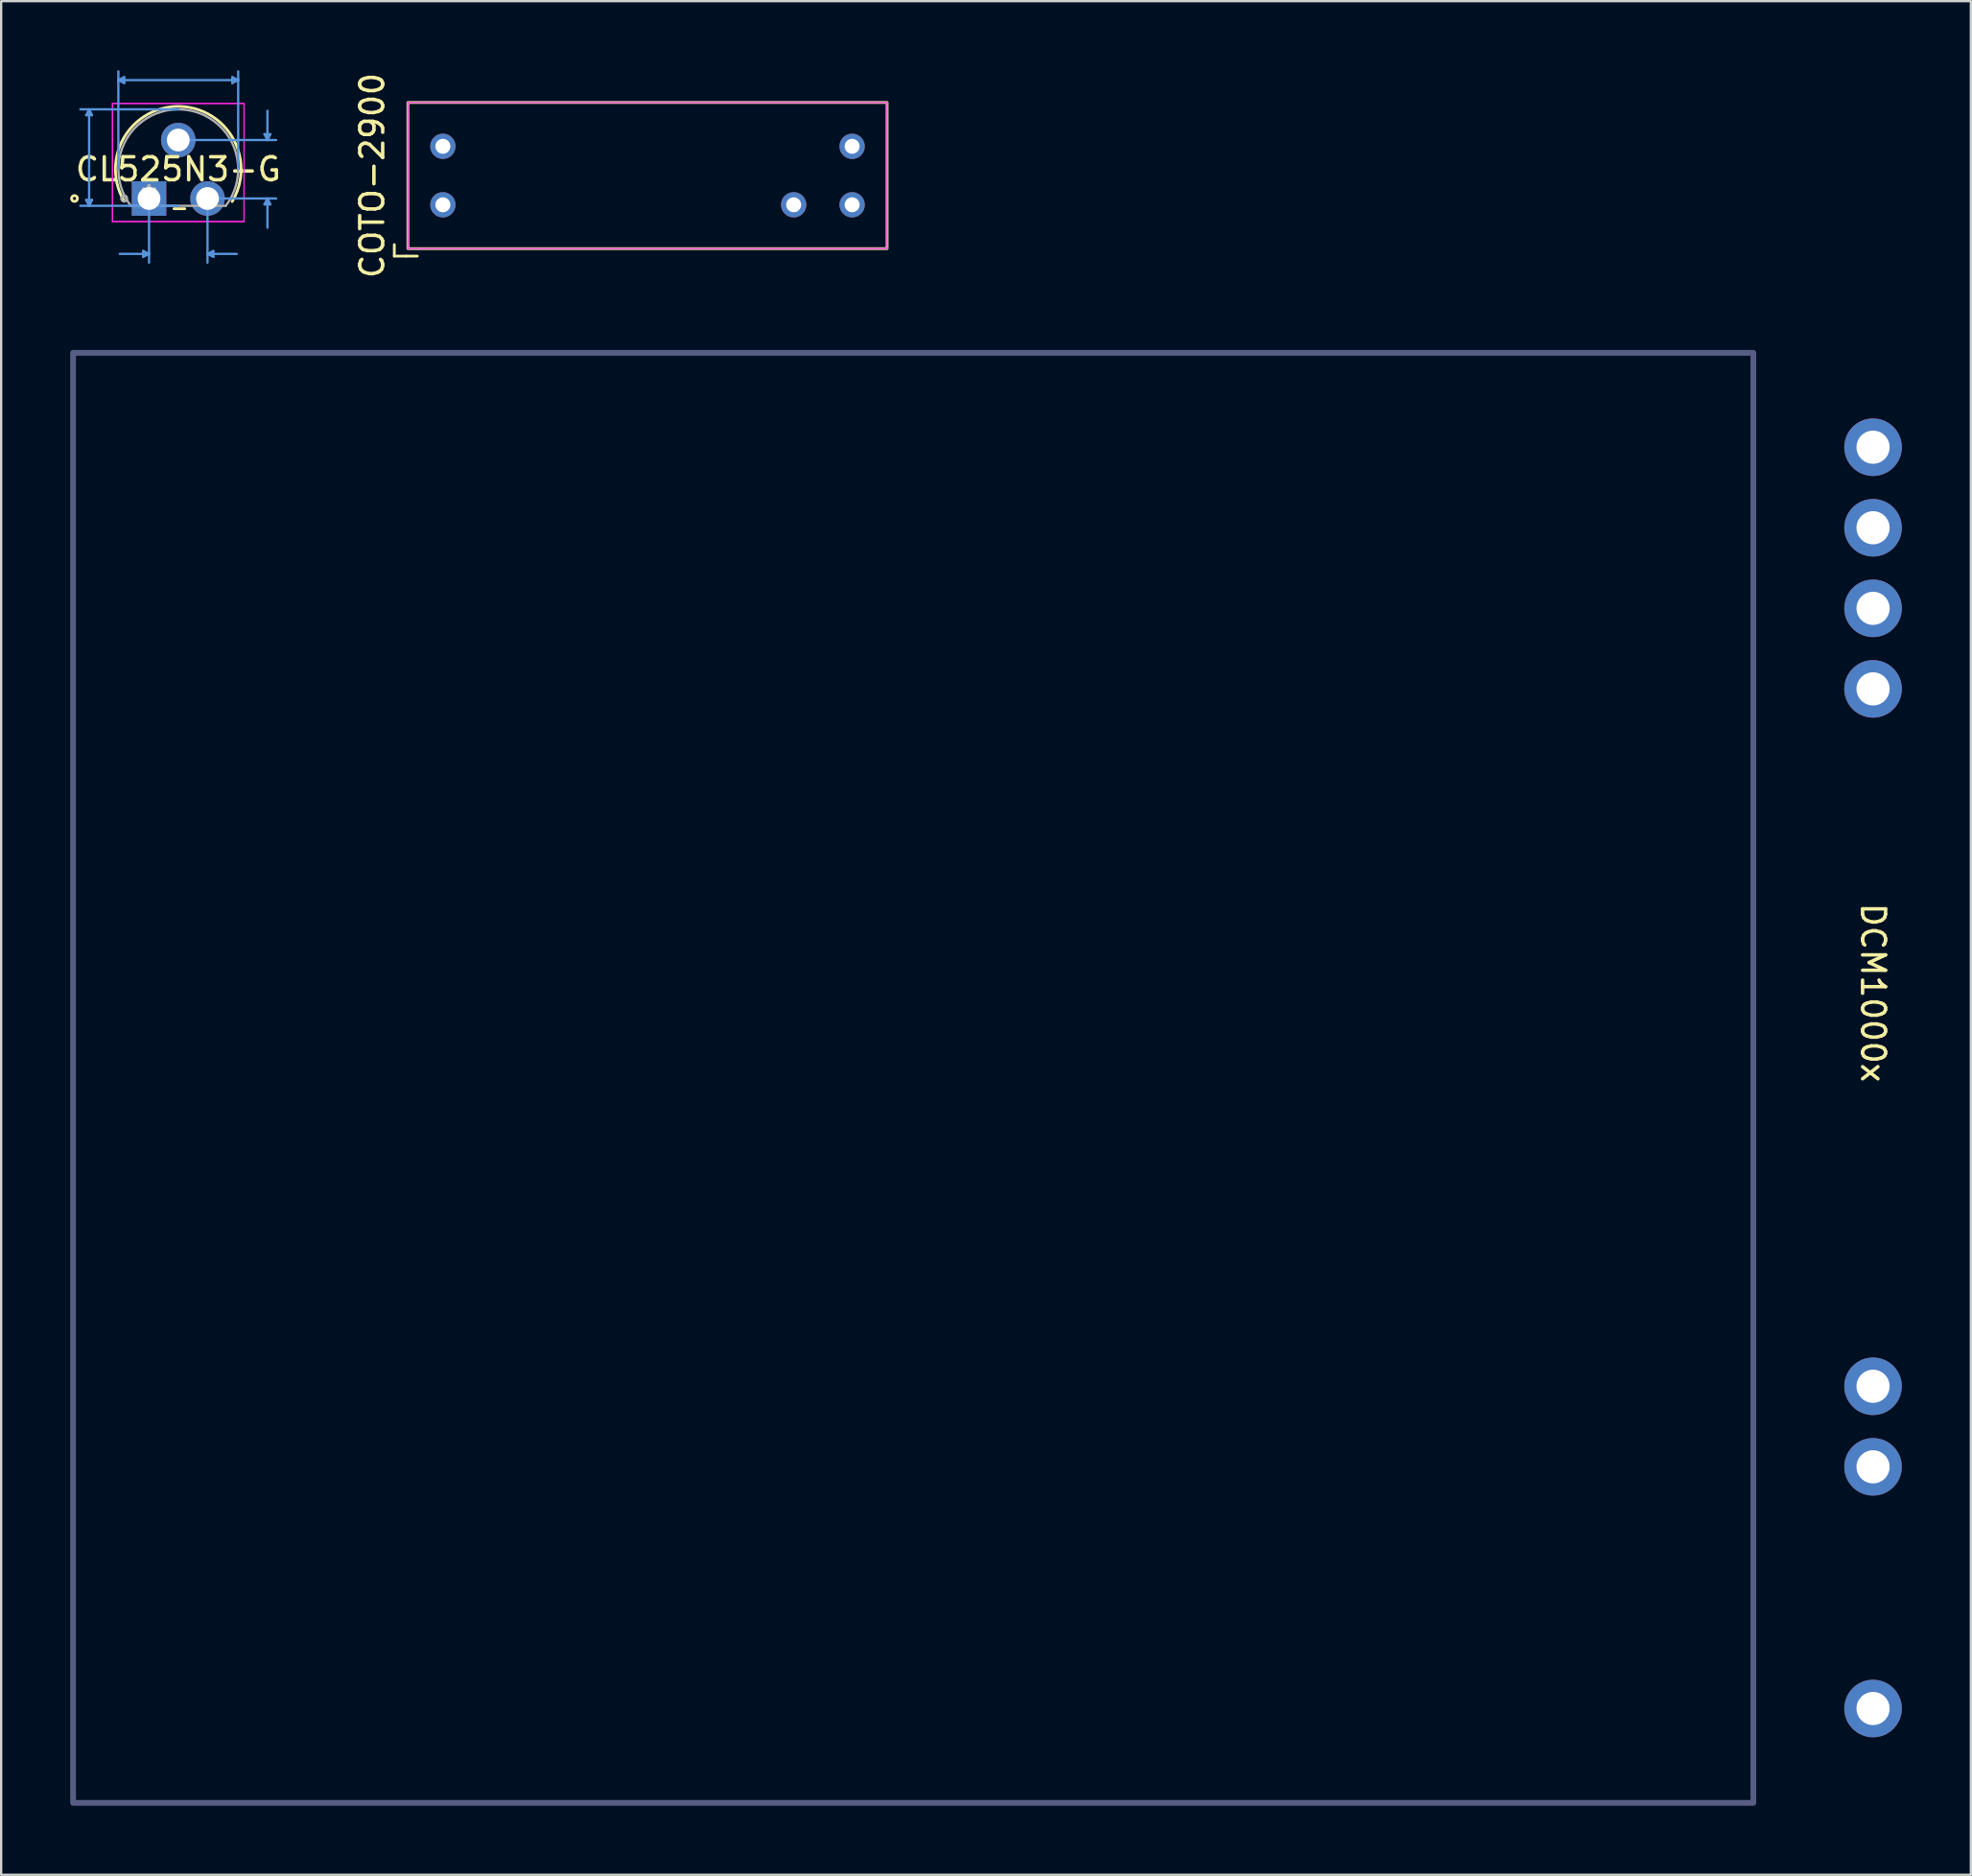
<source format=kicad_pcb>
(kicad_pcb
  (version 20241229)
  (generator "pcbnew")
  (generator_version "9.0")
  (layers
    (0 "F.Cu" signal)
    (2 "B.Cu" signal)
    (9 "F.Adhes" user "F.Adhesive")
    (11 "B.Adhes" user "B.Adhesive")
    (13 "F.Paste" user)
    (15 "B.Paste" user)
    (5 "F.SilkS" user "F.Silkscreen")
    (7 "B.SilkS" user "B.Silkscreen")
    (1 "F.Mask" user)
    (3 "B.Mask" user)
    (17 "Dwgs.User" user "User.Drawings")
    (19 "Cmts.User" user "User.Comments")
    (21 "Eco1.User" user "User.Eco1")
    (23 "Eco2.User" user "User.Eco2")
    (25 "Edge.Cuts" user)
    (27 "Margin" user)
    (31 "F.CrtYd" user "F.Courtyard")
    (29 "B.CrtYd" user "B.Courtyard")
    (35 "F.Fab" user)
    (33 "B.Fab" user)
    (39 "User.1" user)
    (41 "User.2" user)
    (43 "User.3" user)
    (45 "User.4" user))
  (footprint "CL525N3-G"
    (layer "F.Cu")
    (at 3.425 5.574)
    (property "Reference" "CL525N3-G" (at 1.27 -1.27 0) (layer "F.SilkS") (effects (font (size 1 1) (thickness 0.15))))
    (attr through_hole)
    (fp_line (start 1.082 0.445) (end 1.553 0.445) (stroke (width 0.12) (type solid)) (layer "F.SilkS"))
    (fp_arc (start -1.08204 0.116917) (mid 0.551187 -3.904186) (end 4.0005 -1.27) (stroke (width 0.12) (type solid)) (layer "F.SilkS"))
    (fp_arc (start 4.0005 -1.269999) (mid 3.90215 -0.543764) (end 3.614184 0.130154) (stroke (width 0.12) (type solid)) (layer "F.SilkS"))
    (fp_circle (center -3.239 0) (end -3.111 0) (stroke (width 0.12) (type solid)) (fill no) (layer "F.SilkS"))
    (fp_line (start -2.731 -3.619) (end -2.477 -3.619) (stroke (width 0.1) (type solid)) (layer "Cmts.User"))
    (fp_line (start -2.731 0.064) (end -2.477 0.064) (stroke (width 0.1) (type solid)) (layer "Cmts.User"))
    (fp_line (start -2.603 -3.873) (end -2.731 -3.619) (stroke (width 0.1) (type solid)) (layer "Cmts.User"))
    (fp_line (start -2.603 -3.873) (end -2.603 0.318) (stroke (width 0.1) (type solid)) (layer "Cmts.User"))
    (fp_line (start -2.603 -3.873) (end -2.477 -3.619) (stroke (width 0.1) (type solid)) (layer "Cmts.User"))
    (fp_line (start -2.603 0.318) (end -2.731 0.064) (stroke (width 0.1) (type solid)) (layer "Cmts.User"))
    (fp_line (start -2.603 0.318) (end -2.477 0.064) (stroke (width 0.1) (type solid)) (layer "Cmts.User"))
    (fp_line (start -1.333 -5.144) (end -1.079 -5.271) (stroke (width 0.1) (type solid)) (layer "Cmts.User"))
    (fp_line (start -1.333 -5.144) (end -1.079 -5.016) (stroke (width 0.1) (type solid)) (layer "Cmts.User"))
    (fp_line (start -1.333 -5.144) (end 3.873 -5.144) (stroke (width 0.1) (type solid)) (layer "Cmts.User"))
    (fp_line (start -1.333 -1.27) (end -1.333 -5.524) (stroke (width 0.1) (type solid)) (layer "Cmts.User"))
    (fp_line (start -1.079 -5.271) (end -1.079 -5.016) (stroke (width 0.1) (type solid)) (layer "Cmts.User"))
    (fp_line (start -0.254 2.28) (end -0.254 2.534) (stroke (width 0.1) (type solid)) (layer "Cmts.User"))
    (fp_line (start 0 0) (end 0 2.788) (stroke (width 0.1) (type solid)) (layer "Cmts.User"))
    (fp_line (start 0 2.407) (end -1.27 2.407) (stroke (width 0.1) (type solid)) (layer "Cmts.User"))
    (fp_line (start 0 2.407) (end -0.254 2.28) (stroke (width 0.1) (type solid)) (layer "Cmts.User"))
    (fp_line (start 0 2.407) (end -0.254 2.534) (stroke (width 0.1) (type solid)) (layer "Cmts.User"))
    (fp_line (start 1.27 -3.873) (end -2.985 -3.873) (stroke (width 0.1) (type solid)) (layer "Cmts.User"))
    (fp_line (start 1.27 0.318) (end -2.985 0.318) (stroke (width 0.1) (type solid)) (layer "Cmts.User"))
    (fp_line (start 1.524 -2.54) (end 5.524 -2.54) (stroke (width 0.1) (type solid)) (layer "Cmts.User"))
    (fp_line (start 2.54 0) (end 2.54 2.788) (stroke (width 0.1) (type solid)) (layer "Cmts.User"))
    (fp_line (start 2.54 0) (end 5.524 0) (stroke (width 0.1) (type solid)) (layer "Cmts.User"))
    (fp_line (start 2.54 2.407) (end 2.794 2.28) (stroke (width 0.1) (type solid)) (layer "Cmts.User"))
    (fp_line (start 2.54 2.407) (end 2.794 2.534) (stroke (width 0.1) (type solid)) (layer "Cmts.User"))
    (fp_line (start 2.54 2.407) (end 3.81 2.407) (stroke (width 0.1) (type solid)) (layer "Cmts.User"))
    (fp_line (start 2.794 2.28) (end 2.794 2.534) (stroke (width 0.1) (type solid)) (layer "Cmts.User"))
    (fp_line (start 3.619 -5.271) (end 3.619 -5.016) (stroke (width 0.1) (type solid)) (layer "Cmts.User"))
    (fp_line (start 3.873 -5.144) (end 3.619 -5.271) (stroke (width 0.1) (type solid)) (layer "Cmts.User"))
    (fp_line (start 3.873 -5.144) (end 3.619 -5.016) (stroke (width 0.1) (type solid)) (layer "Cmts.User"))
    (fp_line (start 3.873 -1.27) (end 3.873 -5.524) (stroke (width 0.1) (type solid)) (layer "Cmts.User"))
    (fp_line (start 5.016 -2.794) (end 5.271 -2.794) (stroke (width 0.1) (type solid)) (layer "Cmts.User"))
    (fp_line (start 5.016 0.254) (end 5.271 0.254) (stroke (width 0.1) (type solid)) (layer "Cmts.User"))
    (fp_line (start 5.144 -2.54) (end 5.016 -2.794) (stroke (width 0.1) (type solid)) (layer "Cmts.User"))
    (fp_line (start 5.144 -2.54) (end 5.144 -3.81) (stroke (width 0.1) (type solid)) (layer "Cmts.User"))
    (fp_line (start 5.144 -2.54) (end 5.271 -2.794) (stroke (width 0.1) (type solid)) (layer "Cmts.User"))
    (fp_line (start 5.144 0) (end 5.016 0.254) (stroke (width 0.1) (type solid)) (layer "Cmts.User"))
    (fp_line (start 5.144 0) (end 5.144 1.27) (stroke (width 0.1) (type solid)) (layer "Cmts.User"))
    (fp_line (start 5.144 0) (end 5.271 0.254) (stroke (width 0.1) (type solid)) (layer "Cmts.User"))
    (fp_line (start -1.587 -4.128) (end 4.128 -4.128) (stroke (width 0.05) (type solid)) (layer "F.CrtYd"))
    (fp_line (start -1.587 -4.128) (end 4.128 -4.128) (stroke (width 0.05) (type solid)) (layer "F.CrtYd"))
    (fp_line (start -1.587 1.003) (end -1.587 -4.128) (stroke (width 0.05) (type solid)) (layer "F.CrtYd"))
    (fp_line (start -1.587 1.003) (end -1.587 -4.128) (stroke (width 0.05) (type solid)) (layer "F.CrtYd"))
    (fp_line (start 4.128 -4.128) (end 4.128 1.003) (stroke (width 0.05) (type solid)) (layer "F.CrtYd"))
    (fp_line (start 4.128 -4.128) (end 4.128 1.003) (stroke (width 0.05) (type solid)) (layer "F.CrtYd"))
    (fp_line (start 4.128 1.003) (end -1.587 1.003) (stroke (width 0.05) (type solid)) (layer "F.CrtYd"))
    (fp_line (start 4.128 1.003) (end -1.587 1.003) (stroke (width 0.05) (type solid)) (layer "F.CrtYd"))
    (fp_line (start -0.794 0.318) (end 3.334 0.318) (stroke (width 0.1) (type solid)) (layer "F.Fab"))
    (fp_line (start -0.254 0) (end 0.254 0) (stroke (width 0.1) (type solid)) (layer "F.Fab"))
    (fp_line (start 0 0.254) (end 0 -0.254) (stroke (width 0.1) (type solid)) (layer "F.Fab"))
    (fp_arc (start -0.793507 0.317499) (mid 1.270001 -3.8735) (end 3.333506 0.3175) (stroke (width 0.1) (type solid)) (layer "F.Fab"))
    (fp_circle (center -1.079 0) (end -0.953 0) (stroke (width 0.1) (type solid)) (fill no) (layer "F.Fab"))
    (fp_text user "*" (at 0 0 0) (layer "F.SilkS") (effects (font (size 1 1) (thickness 0.15))))
    (fp_text user "Copyright 2021 Accelerated Designs. All rights reserved." (at 0 0 0) (layer "Cmts.User") (effects (font (size 0.127 0.127) (thickness 0.002))))
    (fp_text user "*" (at 0 0 0) (layer "F.Fab") (effects (font (size 1 1) (thickness 0.15))))
    (pad "1" thru_hole rect (at 0 0) (size 1.499 1.499) (drill 0.991) (layers "*.Cu" "*.Mask"))
    (pad "2" thru_hole circle (at 1.27 -2.54) (size 1.499 1.499) (drill 0.991) (layers "*.Cu" "*.Mask"))
    (pad "3" thru_hole circle (at 2.54 0) (size 1.499 1.499) (drill 0.991) (layers "*.Cu" "*.Mask")))
  (footprint "DCM1000x"
    (layer "F.Cu")
    (at 69.125 21.78)
    (property "Reference" "DCM1000x" (at 9.2 18.3 270) (unlocked yes) (layer "F.SilkS") (effects (font (size 1 1) (thickness 0.15))))
    (attr through_hole)
    (fp_rect (start -69 -9.5) (end 4 53.5) (stroke (width 0.25) (type default)) (fill no) (layer "B.Fab"))
    (pad "4" thru_hole circle (at 9.2 49.4 90) (size 2.5 2.5) (drill 1.44) (layers "*.Cu" "*.Mask"))
    (pad "5" thru_hole circle (at 9.2 38.9 90) (size 2.5 2.5) (drill 1.44) (layers "*.Cu" "*.Mask"))
    (pad "6" thru_hole circle (at 9.2 35.4 90) (size 2.5 2.5) (drill 1.44) (layers "*.Cu" "*.Mask"))
    (pad "8" thru_hole circle (at 9.2 5.1 90) (size 2.5 2.5) (drill 1.44) (layers "*.Cu" "*.Mask"))
    (pad "9" thru_hole circle (at 9.2 1.6 90) (size 2.5 2.5) (drill 1.44) (layers "*.Cu" "*.Mask"))
    (pad "10" thru_hole circle (at 9.2 -1.9 90) (size 2.5 2.5) (drill 1.44) (layers "*.Cu" "*.Mask"))
    (pad "11" thru_hole circle (at 9.2 -5.4 90) (size 2.5 2.5) (drill 1.44) (layers "*.Cu" "*.Mask")))
  (footprint "COTO-2900"
    (layer "F.Cu")
    (at 25.081 4.577)
    (property "Reference" "COTO-2900" (at -11.96 0 90) (layer "F.SilkS") (effects (font (size 1 1) (thickness 0.15))))
    (fp_line (start -11 3) (end -11 3.5) (stroke (width 0.12) (type solid)) (layer "F.SilkS"))
    (fp_line (start -11 3.5) (end -10.5 3.5) (stroke (width 0.12) (type solid)) (layer "F.SilkS"))
    (fp_line (start -10.5 3.5) (end -10 3.5) (stroke (width 0.12) (type solid)) (layer "F.SilkS"))
    (fp_rect (start -10.41 -3.175) (end 10.41 3.175) (stroke (width 0.12) (type solid)) (fill no) (layer "F.SilkS"))
    (fp_line (start -10.41 -3.175) (end 10.41 -3.175) (stroke (width 0.05) (type solid)) (layer "F.CrtYd"))
    (fp_line (start -10.41 3.175) (end -10.41 -3.175) (stroke (width 0.05) (type solid)) (layer "F.CrtYd"))
    (fp_line (start 10.41 -3.175) (end 10.41 3.175) (stroke (width 0.05) (type solid)) (layer "F.CrtYd"))
    (fp_line (start 10.41 3.175) (end -10.41 3.175) (stroke (width 0.05) (type solid)) (layer "F.CrtYd"))
    (pad "1" thru_hole circle (at -8.89 1.27) (size 1.1 1.1) (drill 0.65) (layers "*.Cu" "*.Mask"))
    (pad "3" thru_hole circle (at 6.35 1.27) (size 1.1 1.1) (drill 0.65) (layers "*.Cu" "*.Mask"))
    (pad "4" thru_hole circle (at 8.89 1.27) (size 1.1 1.1) (drill 0.65) (layers "*.Cu" "*.Mask"))
    (pad "5" thru_hole circle (at 8.89 -1.27) (size 1.1 1.1) (drill 0.65) (layers "*.Cu" "*.Mask"))
    (pad "8" thru_hole circle (at -8.89 -1.27) (size 1.1 1.1) (drill 0.65) (layers "*.Cu" "*.Mask")))
  (gr_rect
    (start -3 -3)
    (end 82.575 78.405)
    (stroke (width 0.1) (type default))
    (fill no)
    (layer "Edge.Cuts")))
</source>
